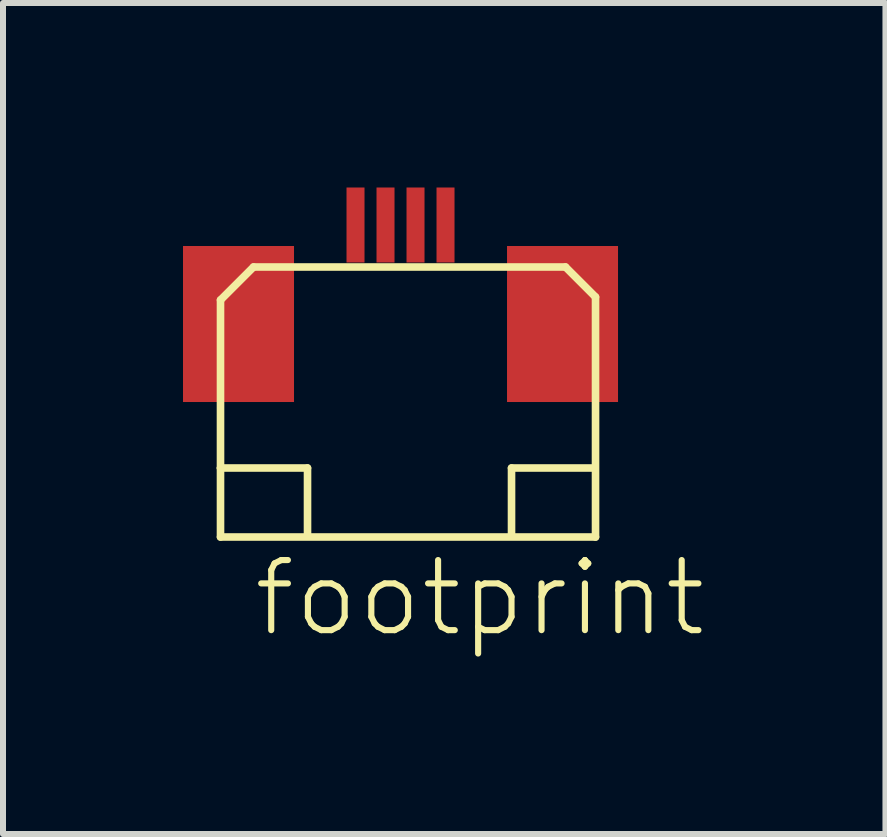
<source format=kicad_pcb>
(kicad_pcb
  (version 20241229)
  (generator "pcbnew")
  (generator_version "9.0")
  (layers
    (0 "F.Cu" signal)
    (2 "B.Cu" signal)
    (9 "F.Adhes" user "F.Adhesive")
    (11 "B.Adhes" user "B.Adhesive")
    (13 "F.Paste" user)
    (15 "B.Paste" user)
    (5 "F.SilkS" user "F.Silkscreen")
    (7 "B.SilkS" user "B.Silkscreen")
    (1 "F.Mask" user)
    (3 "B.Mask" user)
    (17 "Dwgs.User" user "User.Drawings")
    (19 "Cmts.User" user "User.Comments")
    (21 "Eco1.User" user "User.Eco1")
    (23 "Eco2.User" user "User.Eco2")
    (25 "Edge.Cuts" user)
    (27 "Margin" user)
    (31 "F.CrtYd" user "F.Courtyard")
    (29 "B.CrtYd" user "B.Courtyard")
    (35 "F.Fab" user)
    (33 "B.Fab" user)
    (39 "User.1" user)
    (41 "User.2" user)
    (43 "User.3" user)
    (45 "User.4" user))
  (footprint "footprint"
    (layer "F.Cu")
    (at 3.625 0.25)
    (property "Reference" "footprint" (at -2.5 7.35 0) (layer "F.SilkS") (effects (font (size 1.168 1.168) (thickness 0.102)) (justify left bottom)))
    (fp_line (start -3 1.7) (end -2.45 1.15) (stroke (width 0.127) (type solid)) (layer "F.SilkS"))
    (fp_line (start -3 4.5) (end -3 1.7) (stroke (width 0.127) (type solid)) (layer "F.SilkS"))
    (fp_line (start -3 4.5) (end -1.55 4.5) (stroke (width 0.127) (type solid)) (layer "F.SilkS"))
    (fp_line (start -3 5.65) (end -3 4.5) (stroke (width 0.127) (type solid)) (layer "F.SilkS"))
    (fp_line (start -2.45 1.15) (end 2.75 1.15) (stroke (width 0.127) (type solid)) (layer "F.SilkS"))
    (fp_line (start -1.55 4.5) (end -1.55 5.6) (stroke (width 0.127) (type solid)) (layer "F.SilkS"))
    (fp_line (start 1.85 4.5) (end 1.85 5.6) (stroke (width 0.127) (type solid)) (layer "F.SilkS"))
    (fp_line (start 2.75 1.15) (end 3.25 1.65) (stroke (width 0.127) (type solid)) (layer "F.SilkS"))
    (fp_line (start 3.2 4.5) (end 1.85 4.5) (stroke (width 0.127) (type solid)) (layer "F.SilkS"))
    (fp_line (start 3.25 1.65) (end 3.25 5.65) (stroke (width 0.127) (type solid)) (layer "F.SilkS"))
    (fp_line (start 3.25 5.65) (end -3 5.65) (stroke (width 0.127) (type solid)) (layer "F.SilkS"))
    (pad "1" smd rect (at -0.75 0.45 90) (size 1.25 0.3) (layers "F.Cu" "F.Mask" "F.Paste"))
    (pad "2" smd rect (at -0.25 0.45 90) (size 1.25 0.3) (layers "F.Cu" "F.Mask" "F.Paste"))
    (pad "3" smd rect (at 0.25 0.45 90) (size 1.25 0.3) (layers "F.Cu" "F.Mask" "F.Paste"))
    (pad "4" smd rect (at 0.75 0.45 90) (size 1.25 0.3) (layers "F.Cu" "F.Mask" "F.Paste"))
    (pad "MT" smd rect (at -2.7 2.1 90) (size 2.6 1.85) (layers "F.Cu" "F.Mask" "F.Paste"))
    (pad "MT2" smd rect (at 2.7 2.1 90) (size 2.6 1.85) (layers "F.Cu" "F.Mask" "F.Paste")))
  (gr_rect
    (start -3 -3)
    (end 11.707 10.85)
    (stroke (width 0.1) (type default))
    (fill no)
    (layer "Edge.Cuts")))
</source>
